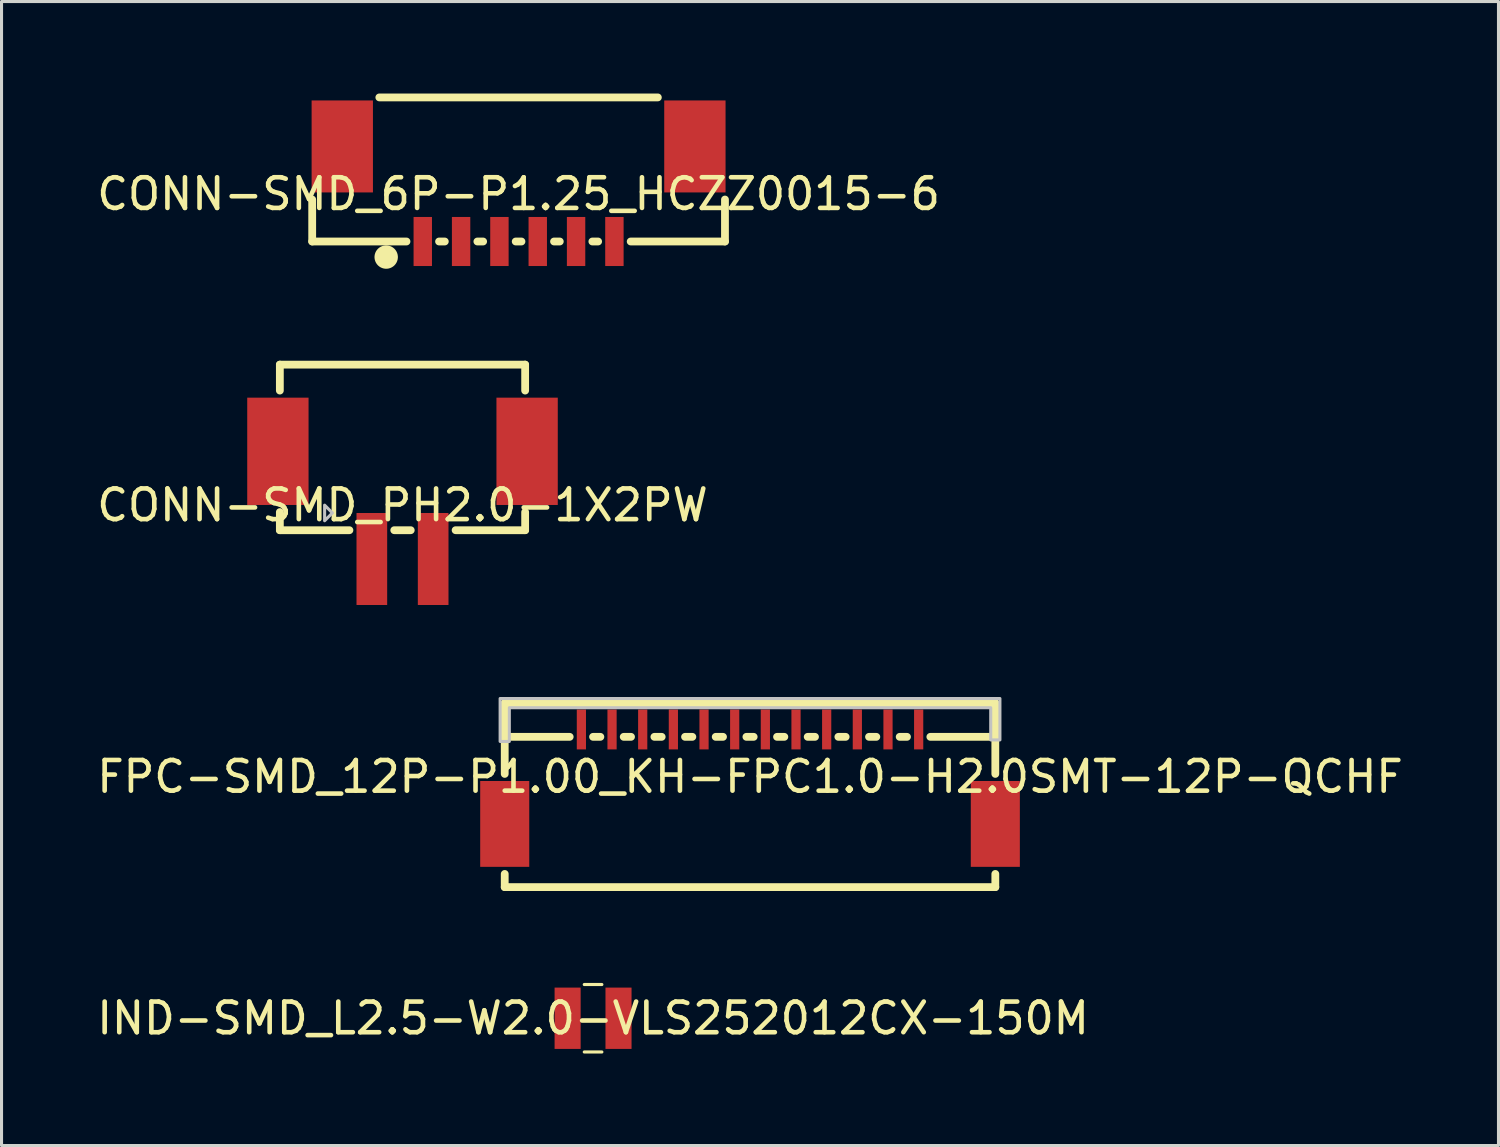
<source format=kicad_pcb>
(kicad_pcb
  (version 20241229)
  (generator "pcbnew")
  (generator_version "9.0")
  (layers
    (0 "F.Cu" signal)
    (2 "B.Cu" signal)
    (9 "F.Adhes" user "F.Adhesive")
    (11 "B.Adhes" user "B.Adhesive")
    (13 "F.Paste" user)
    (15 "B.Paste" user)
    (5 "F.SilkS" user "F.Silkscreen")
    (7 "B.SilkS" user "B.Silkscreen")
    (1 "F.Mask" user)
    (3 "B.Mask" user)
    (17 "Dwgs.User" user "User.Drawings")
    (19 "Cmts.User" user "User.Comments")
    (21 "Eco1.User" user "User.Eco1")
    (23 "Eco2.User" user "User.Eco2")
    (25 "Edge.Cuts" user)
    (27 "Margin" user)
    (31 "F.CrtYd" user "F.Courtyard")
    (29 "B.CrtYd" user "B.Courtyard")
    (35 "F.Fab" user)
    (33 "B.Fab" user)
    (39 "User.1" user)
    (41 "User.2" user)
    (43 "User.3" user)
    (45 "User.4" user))
  (footprint "IND-SMD_L2.5-W2.0-VLS252012CX-150M"
    (layer "F.Cu")
    (at 16.292 30.159)
    (property "Reference" "IND-SMD_L2.5-W2.0-VLS252012CX-150M" (at 0 0 0) (layer "F.SilkS") (effects (font (size 1 1) (thickness 0.15))))
    (fp_line (start -0.287 -1.1) (end 0.287 -1.1) (stroke (width 0.102) (type default)) (layer "F.SilkS"))
    (fp_line (start 0.287 1.1) (end -0.287 1.1) (stroke (width 0.102) (type default)) (layer "F.SilkS"))
    (fp_poly (pts (xy -1.23 -1) (xy -0.43 -1) (xy -0.43 1) (xy -1.23 1)) (stroke (width 0.1) (type default)) (fill no) (layer "User.1"))
    (fp_poly (pts (xy 0.43 -1) (xy 1.23 -1) (xy 1.23 1) (xy 0.43 1)) (stroke (width 0.1) (type default)) (fill no) (layer "User.1"))
    (fp_line (start -1.25 -1) (end 1.25 -1) (stroke (width 0.051) (type default)) (layer "User.2"))
    (fp_line (start -1.25 1) (end -1.25 -1) (stroke (width 0.051) (type default)) (layer "User.2"))
    (fp_line (start 1.25 -1) (end 1.25 1) (stroke (width 0.051) (type default)) (layer "User.2"))
    (fp_line (start 1.25 1) (end -1.25 1) (stroke (width 0.051) (type default)) (layer "User.2"))
    (fp_poly (pts (xy -1.195 0.977) (xy -1.227 0.945) (xy -1.273 0.945) (xy -1.305 0.977) (xy -1.305 1.023) (xy -1.273 1.055) (xy -1.227 1.055) (xy -1.195 1.023)) (stroke (width 0.1) (type default)) (fill no) (layer "User.3"))
    (pad "1" smd rect (at -0.83 0) (size 0.85 2) (layers "F.Cu" "F.Mask" "F.Paste"))
    (pad "2" smd rect (at 0.83 0) (size 0.85 2) (layers "F.Cu" "F.Mask" "F.Paste")))
  (footprint "FPC-SMD_12P-P1.00_KH-FPC1.0-H2.0SMT-12P-QCHF"
    (layer "F.Cu")
    (at 21.411 22.281)
    (property "Reference" "FPC-SMD_12P-P1.00_KH-FPC1.0-H2.0SMT-12P-QCHF" (at 0 0 0) (layer "F.SilkS") (effects (font (size 1 1) (thickness 0.15))))
    (fp_line (start -8 -2.4) (end -8 -1.3) (stroke (width 0.254) (type default)) (layer "F.SilkS"))
    (fp_line (start -8 -1.3) (end -8 -0.091) (stroke (width 0.254) (type default)) (layer "F.SilkS"))
    (fp_line (start -8 3.171) (end -8 3.601) (stroke (width 0.254) (type default)) (layer "F.SilkS"))
    (fp_line (start -8 3.601) (end 8 3.601) (stroke (width 0.254) (type default)) (layer "F.SilkS"))
    (fp_line (start -5.881 -1.3) (end -8 -1.3) (stroke (width 0.254) (type default)) (layer "F.SilkS"))
    (fp_line (start -4.881 -1.3) (end -5.119 -1.3) (stroke (width 0.254) (type default)) (layer "F.SilkS"))
    (fp_line (start -3.881 -1.3) (end -4.119 -1.3) (stroke (width 0.254) (type default)) (layer "F.SilkS"))
    (fp_line (start -2.881 -1.3) (end -3.119 -1.3) (stroke (width 0.254) (type default)) (layer "F.SilkS"))
    (fp_line (start -1.881 -1.3) (end -2.119 -1.3) (stroke (width 0.254) (type default)) (layer "F.SilkS"))
    (fp_line (start -0.881 -1.3) (end -1.119 -1.3) (stroke (width 0.254) (type default)) (layer "F.SilkS"))
    (fp_line (start 0.119 -1.3) (end -0.118 -1.3) (stroke (width 0.254) (type default)) (layer "F.SilkS"))
    (fp_line (start 1.119 -1.3) (end 0.881 -1.3) (stroke (width 0.254) (type default)) (layer "F.SilkS"))
    (fp_line (start 2.119 -1.3) (end 1.881 -1.3) (stroke (width 0.254) (type default)) (layer "F.SilkS"))
    (fp_line (start 3.119 -1.3) (end 2.881 -1.3) (stroke (width 0.254) (type default)) (layer "F.SilkS"))
    (fp_line (start 4.119 -1.3) (end 3.881 -1.3) (stroke (width 0.254) (type default)) (layer "F.SilkS"))
    (fp_line (start 5.119 -1.3) (end 4.881 -1.3) (stroke (width 0.254) (type default)) (layer "F.SilkS"))
    (fp_line (start 8 -2.4) (end -8 -2.4) (stroke (width 0.254) (type default)) (layer "F.SilkS"))
    (fp_line (start 8 -1.3) (end 5.881 -1.3) (stroke (width 0.254) (type default)) (layer "F.SilkS"))
    (fp_line (start 8 -1.3) (end 8 -2.4) (stroke (width 0.254) (type default)) (layer "F.SilkS"))
    (fp_line (start 8 -0.091) (end 8 -1.3) (stroke (width 0.254) (type default)) (layer "F.SilkS"))
    (fp_line (start 8 3.601) (end 8 3.171) (stroke (width 0.254) (type default)) (layer "F.SilkS"))
    (fp_poly (pts (xy 7.85 -1.2) (xy 8.15 -1.2) (xy 8.15 -2.55) (xy -8.15 -2.55) (xy -8.15 -1.15) (xy -7.85 -1.15) (xy -7.85 -2.25) (xy 7.85 -2.25)) (stroke (width 0.1) (type default)) (fill no) (layer "Dwgs.User"))
    (fp_poly (pts (xy -8.299 0.735) (xy -7.498 0.735) (xy -7.498 2.285) (xy -8.299 2.285)) (stroke (width 0.1) (type default)) (fill no) (layer "User.1"))
    (fp_poly (pts (xy -5.6 -1.735) (xy -5.4 -1.735) (xy -5.4 -0.735) (xy -5.6 -0.735)) (stroke (width 0.1) (type default)) (fill no) (layer "User.1"))
    (fp_poly (pts (xy -4.6 -1.735) (xy -4.4 -1.735) (xy -4.4 -0.735) (xy -4.6 -0.735)) (stroke (width 0.1) (type default)) (fill no) (layer "User.1"))
    (fp_poly (pts (xy -3.6 -1.735) (xy -3.4 -1.735) (xy -3.4 -0.735) (xy -3.6 -0.735)) (stroke (width 0.1) (type default)) (fill no) (layer "User.1"))
    (fp_poly (pts (xy -2.6 -1.735) (xy -2.4 -1.735) (xy -2.4 -0.735) (xy -2.6 -0.735)) (stroke (width 0.1) (type default)) (fill no) (layer "User.1"))
    (fp_poly (pts (xy -1.6 -1.735) (xy -1.4 -1.735) (xy -1.4 -0.735) (xy -1.6 -0.735)) (stroke (width 0.1) (type default)) (fill no) (layer "User.1"))
    (fp_poly (pts (xy -0.6 -1.735) (xy -0.4 -1.735) (xy -0.4 -0.735) (xy -0.6 -0.735)) (stroke (width 0.1) (type default)) (fill no) (layer "User.1"))
    (fp_poly (pts (xy 0.4 -1.735) (xy 0.6 -1.735) (xy 0.6 -0.735) (xy 0.4 -0.735)) (stroke (width 0.1) (type default)) (fill no) (layer "User.1"))
    (fp_poly (pts (xy 1.4 -1.735) (xy 1.6 -1.735) (xy 1.6 -0.735) (xy 1.4 -0.735)) (stroke (width 0.1) (type default)) (fill no) (layer "User.1"))
    (fp_poly (pts (xy 2.4 -1.735) (xy 2.6 -1.735) (xy 2.6 -0.735) (xy 2.4 -0.735)) (stroke (width 0.1) (type default)) (fill no) (layer "User.1"))
    (fp_poly (pts (xy 3.4 -1.735) (xy 3.6 -1.735) (xy 3.6 -0.735) (xy 3.4 -0.735)) (stroke (width 0.1) (type default)) (fill no) (layer "User.1"))
    (fp_poly (pts (xy 4.4 -1.735) (xy 4.6 -1.735) (xy 4.6 -0.735) (xy 4.4 -0.735)) (stroke (width 0.1) (type default)) (fill no) (layer "User.1"))
    (fp_poly (pts (xy 5.4 -1.735) (xy 5.6 -1.735) (xy 5.6 -0.735) (xy 5.4 -0.735)) (stroke (width 0.1) (type default)) (fill no) (layer "User.1"))
    (fp_poly (pts (xy 7.498 0.735) (xy 8.299 0.735) (xy 8.299 2.285) (xy 7.498 2.285)) (stroke (width 0.1) (type default)) (fill no) (layer "User.1"))
    (fp_line (start -8 -1.315) (end 8 -1.315) (stroke (width 0.051) (type default)) (layer "User.2"))
    (fp_line (start -8 3.585) (end -8 -1.315) (stroke (width 0.051) (type default)) (layer "User.2"))
    (fp_line (start 8 -1.315) (end 8 3.585) (stroke (width 0.051) (type default)) (layer "User.2"))
    (fp_line (start 8 3.585) (end -8 3.585) (stroke (width 0.051) (type default)) (layer "User.2"))
    (fp_poly (pts (xy -8.243 -2.063) (xy -8.276 -2.095) (xy -8.321 -2.095) (xy -8.354 -2.063) (xy -8.354 -2.017) (xy -8.321 -1.985) (xy -8.276 -1.985) (xy -8.243 -2.017)) (stroke (width 0.1) (type default)) (fill no) (layer "User.3"))
    (pad "1" smd rect (at -5.5 -1.54) (size 0.3 1.3) (layers "F.Cu" "F.Mask" "F.Paste"))
    (pad "2" smd rect (at -4.5 -1.54) (size 0.3 1.3) (layers "F.Cu" "F.Mask" "F.Paste"))
    (pad "3" smd rect (at -3.5 -1.54) (size 0.3 1.3) (layers "F.Cu" "F.Mask" "F.Paste"))
    (pad "4" smd rect (at -2.5 -1.54) (size 0.3 1.3) (layers "F.Cu" "F.Mask" "F.Paste"))
    (pad "5" smd rect (at -1.5 -1.54) (size 0.3 1.3) (layers "F.Cu" "F.Mask" "F.Paste"))
    (pad "6" smd rect (at -0.5 -1.54) (size 0.3 1.3) (layers "F.Cu" "F.Mask" "F.Paste"))
    (pad "7" smd rect (at 0.5 -1.54) (size 0.3 1.3) (layers "F.Cu" "F.Mask" "F.Paste"))
    (pad "8" smd rect (at 1.5 -1.54) (size 0.3 1.3) (layers "F.Cu" "F.Mask" "F.Paste"))
    (pad "9" smd rect (at 2.5 -1.54) (size 0.3 1.3) (layers "F.Cu" "F.Mask" "F.Paste"))
    (pad "10" smd rect (at 3.5 -1.54) (size 0.3 1.3) (layers "F.Cu" "F.Mask" "F.Paste"))
    (pad "11" smd rect (at 4.5 -1.54) (size 0.3 1.3) (layers "F.Cu" "F.Mask" "F.Paste"))
    (pad "12" smd rect (at 5.5 -1.54) (size 0.3 1.3) (layers "F.Cu" "F.Mask" "F.Paste"))
    (pad "13" smd rect (at -8 1.54) (size 1.6 2.8) (layers "F.Cu" "F.Mask" "F.Paste"))
    (pad "14" smd rect (at 8 1.54) (size 1.6 2.8) (layers "F.Cu" "F.Mask" "F.Paste")))
  (footprint "CONN-SMD_6P-P1.25_HCZZ0015-6"
    (layer "F.Cu")
    (at 13.863 3.276)
    (property "Reference" "CONN-SMD_6P-P1.25_HCZZ0015-6" (at 0 0 0) (layer "F.SilkS") (effects (font (size 1 1) (thickness 0.15))))
    (fp_line (start -6.731 0.181) (end -6.731 1.55) (stroke (width 0.254) (type default)) (layer "F.SilkS"))
    (fp_line (start -6.731 1.55) (end -3.656 1.55) (stroke (width 0.254) (type default)) (layer "F.SilkS"))
    (fp_line (start -4.542 -3.149) (end 4.542 -3.149) (stroke (width 0.254) (type default)) (layer "F.SilkS"))
    (fp_line (start -2.594 1.55) (end -2.406 1.55) (stroke (width 0.254) (type default)) (layer "F.SilkS"))
    (fp_line (start -1.344 1.55) (end -1.156 1.55) (stroke (width 0.254) (type default)) (layer "F.SilkS"))
    (fp_line (start -0.094 1.55) (end 0.094 1.55) (stroke (width 0.254) (type default)) (layer "F.SilkS"))
    (fp_line (start 1.156 1.55) (end 1.344 1.55) (stroke (width 0.254) (type default)) (layer "F.SilkS"))
    (fp_line (start 2.406 1.55) (end 2.594 1.55) (stroke (width 0.254) (type default)) (layer "F.SilkS"))
    (fp_line (start 3.656 1.55) (end 6.731 1.55) (stroke (width 0.254) (type default)) (layer "F.SilkS"))
    (fp_line (start 6.731 1.55) (end 6.731 0.181) (stroke (width 0.254) (type default)) (layer "F.SilkS"))
    (fp_poly (pts (arc (start -4.699 2.058) (mid -4.318 1.677) (end -3.937 2.058)) (arc (start -3.937 2.058) (mid -4.318 2.439) (end -4.699 2.058))) (stroke (width 0) (type default)) (fill yes) (layer "F.SilkS"))
    (pad "1" smd rect (at -3.125 1.55) (size 0.6 1.6) (layers "F.Cu" "F.Mask" "F.Paste"))
    (pad "2" smd rect (at -1.875 1.55) (size 0.6 1.6) (layers "F.Cu" "F.Mask" "F.Paste"))
    (pad "3" smd rect (at -0.625 1.55) (size 0.6 1.6) (layers "F.Cu" "F.Mask" "F.Paste"))
    (pad "4" smd rect (at 0.625 1.55) (size 0.6 1.6) (layers "F.Cu" "F.Mask" "F.Paste"))
    (pad "5" smd rect (at 1.875 1.55) (size 0.6 1.6) (layers "F.Cu" "F.Mask" "F.Paste"))
    (pad "6" smd rect (at 3.125 1.55) (size 0.6 1.6) (layers "F.Cu" "F.Mask" "F.Paste"))
    (pad "7" smd rect (at 5.75 -1.55) (size 2 3) (layers "F.Cu" "F.Mask" "F.Paste"))
    (pad "8" smd rect (at -5.75 -1.55) (size 2 3) (layers "F.Cu" "F.Mask" "F.Paste")))
  (footprint "CONN-SMD_PH2.0-1X2PW"
    (layer "F.Cu")
    (at 10.077 13.425)
    (property "Reference" "CONN-SMD_PH2.0-1X2PW" (at 0 0 0) (layer "F.SilkS") (effects (font (size 1 1) (thickness 0.15))))
    (fp_line (start -4 -4.583) (end -4 -3.737) (stroke (width 0.254) (type default)) (layer "F.SilkS"))
    (fp_line (start -4 -4.583) (end 4 -4.583) (stroke (width 0.254) (type default)) (layer "F.SilkS"))
    (fp_line (start -4 0.226) (end -4 0.817) (stroke (width 0.254) (type default)) (layer "F.SilkS"))
    (fp_line (start -4 0.817) (end -1.731 0.817) (stroke (width 0.254) (type default)) (layer "F.SilkS"))
    (fp_line (start -0.269 0.817) (end 0.269 0.817) (stroke (width 0.254) (type default)) (layer "F.SilkS"))
    (fp_line (start 1.732 0.817) (end 4 0.817) (stroke (width 0.254) (type default)) (layer "F.SilkS"))
    (fp_line (start 4 -4.583) (end 4 -3.737) (stroke (width 0.254) (type default)) (layer "F.SilkS"))
    (fp_line (start 4 0.226) (end 4 0.817) (stroke (width 0.254) (type default)) (layer "F.SilkS"))
    (fp_poly (pts (xy -2.54 0) (xy -2.54 0.508) (xy -2.286 0.254)) (stroke (width 0.1) (type default)) (fill no) (layer "Dwgs.User"))
    (fp_poly (pts (xy -3.81 -2.768) (xy -3.048 -2.768) (xy -3.048 -0.481) (xy -3.81 -0.481)) (stroke (width 0.1) (type default)) (fill no) (layer "User.1"))
    (fp_poly (pts (xy -1.25 0.256) (xy -0.75 0.256) (xy -0.75 2.756) (xy -1.25 2.756)) (stroke (width 0.1) (type default)) (fill no) (layer "User.1"))
    (fp_poly (pts (xy 0.75 0.256) (xy 1.25 0.256) (xy 1.25 2.756) (xy 0.75 2.756)) (stroke (width 0.1) (type default)) (fill no) (layer "User.1"))
    (fp_poly (pts (xy 3.81 -0.481) (xy 3.048 -0.481) (xy 3.048 -2.768) (xy 3.81 -2.768)) (stroke (width 0.1) (type default)) (fill no) (layer "User.1"))
    (fp_line (start -4 -4.65) (end 4 -4.65) (stroke (width 0.051) (type default)) (layer "User.2"))
    (fp_line (start -4 0.75) (end -4 -4.65) (stroke (width 0.051) (type default)) (layer "User.2"))
    (fp_line (start 4 -4.65) (end 4 0.75) (stroke (width 0.051) (type default)) (layer "User.2"))
    (fp_line (start 4 0.75) (end -4 0.75) (stroke (width 0.051) (type default)) (layer "User.2"))
    (fp_poly (pts (xy -3.945 2.733) (xy -3.977 2.7) (xy -4.023 2.7) (xy -4.055 2.733) (xy -4.055 2.778) (xy -4.023 2.811) (xy -3.977 2.811) (xy -3.945 2.778)) (stroke (width 0.1) (type default)) (fill no) (layer "User.3"))
    (pad "1" smd rect (at -1 1.756) (size 1 3) (layers "F.Cu" "F.Mask" "F.Paste"))
    (pad "2" smd rect (at 1 1.756) (size 1 3) (layers "F.Cu" "F.Mask" "F.Paste"))
    (pad "3" smd rect (at 4.064 -1.756) (size 2 3.5) (layers "F.Cu" "F.Mask" "F.Paste"))
    (pad "4" smd rect (at -4.064 -1.756) (size 2 3.5) (layers "F.Cu" "F.Mask" "F.Paste")))
  (gr_rect
    (start -3 -3)
    (end 45.821 34.31)
    (stroke (width 0.1) (type default))
    (fill no)
    (layer "Edge.Cuts")))
</source>
